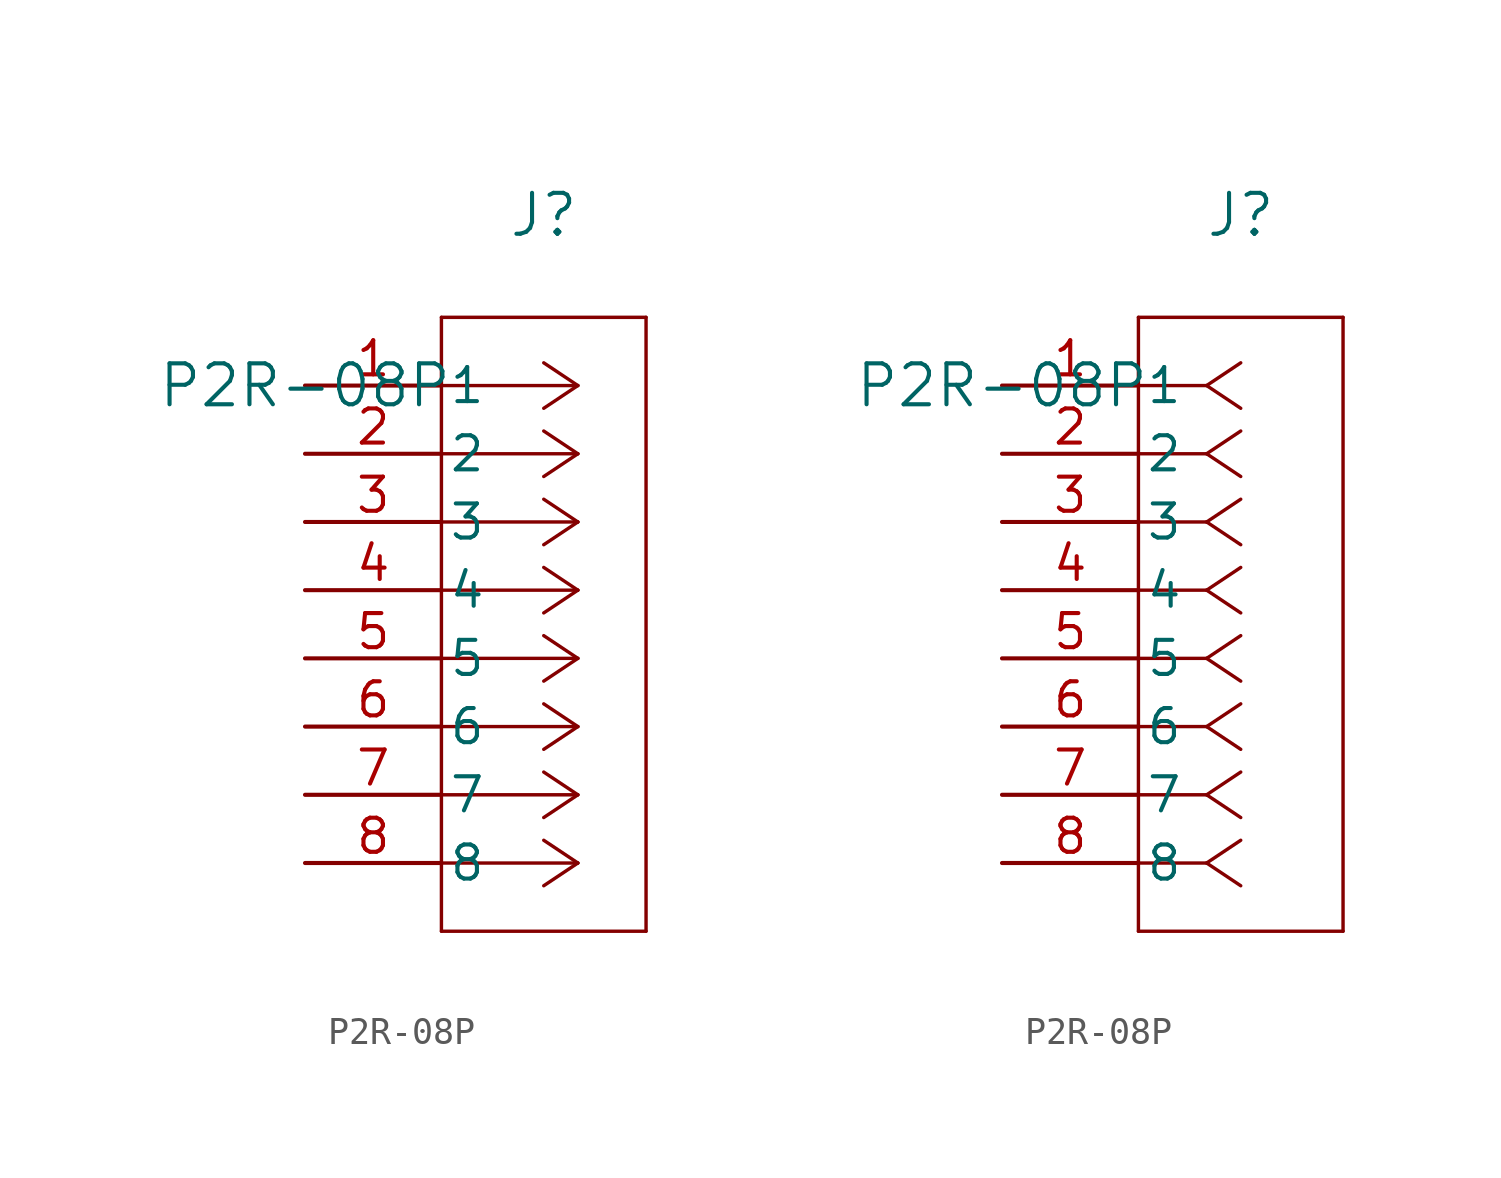
<source format=kicad_sym>
(kicad_symbol_lib
  (version 20211014)
  (generator kicad_symbol_editor)
  (symbol "P2R-08P"
    (pin_names
      (offset 0.254))
    (property "Reference" "J"
      (at 8.89 6.35 0)
      (effects (font (size 1.524 1.524))))
    (property "Value" "P2R-08P"
      (at 0 0 0)
      (effects (font (size 1.524 1.524))))
    (symbol "P2R-08P_1_1"
      (polyline (pts (xy 10.16 0) (xy 5.08 0)) (stroke (width 0.127) (type default) (color 0 0 0 0)) (fill (type none)))
      (polyline (pts (xy 10.16 -2.54) (xy 5.08 -2.54)) (stroke (width 0.127) (type default) (color 0 0 0 0)) (fill (type none)))
      (polyline (pts (xy 10.16 -5.08) (xy 5.08 -5.08)) (stroke (width 0.127) (type default) (color 0 0 0 0)) (fill (type none)))
      (polyline (pts (xy 10.16 -7.62) (xy 5.08 -7.62)) (stroke (width 0.127) (type default) (color 0 0 0 0)) (fill (type none)))
      (polyline (pts (xy 10.16 -10.16) (xy 5.08 -10.16)) (stroke (width 0.127) (type default) (color 0 0 0 0)) (fill (type none)))
      (polyline (pts (xy 10.16 -12.7) (xy 5.08 -12.7)) (stroke (width 0.127) (type default) (color 0 0 0 0)) (fill (type none)))
      (polyline (pts (xy 10.16 -15.24) (xy 5.08 -15.24)) (stroke (width 0.127) (type default) (color 0 0 0 0)) (fill (type none)))
      (polyline (pts (xy 10.16 -17.78) (xy 5.08 -17.78)) (stroke (width 0.127) (type default) (color 0 0 0 0)) (fill (type none)))
      (polyline (pts (xy 10.16 0) (xy 8.89 0.847)) (stroke (width 0.127) (type default) (color 0 0 0 0)) (fill (type none)))
      (polyline (pts (xy 10.16 -2.54) (xy 8.89 -1.693)) (stroke (width 0.127) (type default) (color 0 0 0 0)) (fill (type none)))
      (polyline (pts (xy 10.16 -5.08) (xy 8.89 -4.233)) (stroke (width 0.127) (type default) (color 0 0 0 0)) (fill (type none)))
      (polyline (pts (xy 10.16 -7.62) (xy 8.89 -6.773)) (stroke (width 0.127) (type default) (color 0 0 0 0)) (fill (type none)))
      (polyline (pts (xy 10.16 -10.16) (xy 8.89 -9.313)) (stroke (width 0.127) (type default) (color 0 0 0 0)) (fill (type none)))
      (polyline (pts (xy 10.16 -12.7) (xy 8.89 -11.853)) (stroke (width 0.127) (type default) (color 0 0 0 0)) (fill (type none)))
      (polyline (pts (xy 10.16 -15.24) (xy 8.89 -14.393)) (stroke (width 0.127) (type default) (color 0 0 0 0)) (fill (type none)))
      (polyline (pts (xy 10.16 -17.78) (xy 8.89 -16.933)) (stroke (width 0.127) (type default) (color 0 0 0 0)) (fill (type none)))
      (polyline (pts (xy 10.16 0) (xy 8.89 -0.847)) (stroke (width 0.127) (type default) (color 0 0 0 0)) (fill (type none)))
      (polyline (pts (xy 10.16 -2.54) (xy 8.89 -3.387)) (stroke (width 0.127) (type default) (color 0 0 0 0)) (fill (type none)))
      (polyline (pts (xy 10.16 -5.08) (xy 8.89 -5.927)) (stroke (width 0.127) (type default) (color 0 0 0 0)) (fill (type none)))
      (polyline (pts (xy 10.16 -7.62) (xy 8.89 -8.467)) (stroke (width 0.127) (type default) (color 0 0 0 0)) (fill (type none)))
      (polyline (pts (xy 10.16 -10.16) (xy 8.89 -11.007)) (stroke (width 0.127) (type default) (color 0 0 0 0)) (fill (type none)))
      (polyline (pts (xy 10.16 -12.7) (xy 8.89 -13.547)) (stroke (width 0.127) (type default) (color 0 0 0 0)) (fill (type none)))
      (polyline (pts (xy 10.16 -15.24) (xy 8.89 -16.087)) (stroke (width 0.127) (type default) (color 0 0 0 0)) (fill (type none)))
      (polyline (pts (xy 10.16 -17.78) (xy 8.89 -18.627)) (stroke (width 0.127) (type default) (color 0 0 0 0)) (fill (type none)))
      (polyline (pts (xy 5.08 2.54) (xy 5.08 -20.32)) (stroke (width 0.127) (type default) (color 0 0 0 0)) (fill (type none)))
      (polyline (pts (xy 5.08 -20.32) (xy 12.7 -20.32)) (stroke (width 0.127) (type default) (color 0 0 0 0)) (fill (type none)))
      (polyline (pts (xy 12.7 -20.32) (xy 12.7 2.54)) (stroke (width 0.127) (type default) (color 0 0 0 0)) (fill (type none)))
      (polyline (pts (xy 12.7 2.54) (xy 5.08 2.54)) (stroke (width 0.127) (type default) (color 0 0 0 0)) (fill (type none)))
      (pin unspecified line (at 0 0 0) (length 5.08) (name "1" (effects (font (size 1.27 1.27)))) (number "1" (effects (font (size 1.27 1.27)))))
      (pin unspecified line (at 0 -2.54 0) (length 5.08) (name "2" (effects (font (size 1.27 1.27)))) (number "2" (effects (font (size 1.27 1.27)))))
      (pin unspecified line (at 0 -5.08 0) (length 5.08) (name "3" (effects (font (size 1.27 1.27)))) (number "3" (effects (font (size 1.27 1.27)))))
      (pin unspecified line (at 0 -7.62 0) (length 5.08) (name "4" (effects (font (size 1.27 1.27)))) (number "4" (effects (font (size 1.27 1.27)))))
      (pin unspecified line (at 0 -10.16 0) (length 5.08) (name "5" (effects (font (size 1.27 1.27)))) (number "5" (effects (font (size 1.27 1.27)))))
      (pin unspecified line (at 0 -12.7 0) (length 5.08) (name "6" (effects (font (size 1.27 1.27)))) (number "6" (effects (font (size 1.27 1.27)))))
      (pin unspecified line (at 0 -15.24 0) (length 5.08) (name "7" (effects (font (size 1.27 1.27)))) (number "7" (effects (font (size 1.27 1.27)))))
      (pin unspecified line (at 0 -17.78 0) (length 5.08) (name "8" (effects (font (size 1.27 1.27)))) (number "8" (effects (font (size 1.27 1.27))))))
    (symbol "P2R-08P_1_2"
      (polyline (pts (xy 7.62 0) (xy 5.08 0)) (stroke (width 0.127) (type default) (color 0 0 0 0)) (fill (type none)))
      (polyline (pts (xy 7.62 -2.54) (xy 5.08 -2.54)) (stroke (width 0.127) (type default) (color 0 0 0 0)) (fill (type none)))
      (polyline (pts (xy 7.62 -5.08) (xy 5.08 -5.08)) (stroke (width 0.127) (type default) (color 0 0 0 0)) (fill (type none)))
      (polyline (pts (xy 7.62 -7.62) (xy 5.08 -7.62)) (stroke (width 0.127) (type default) (color 0 0 0 0)) (fill (type none)))
      (polyline (pts (xy 7.62 -10.16) (xy 5.08 -10.16)) (stroke (width 0.127) (type default) (color 0 0 0 0)) (fill (type none)))
      (polyline (pts (xy 7.62 -12.7) (xy 5.08 -12.7)) (stroke (width 0.127) (type default) (color 0 0 0 0)) (fill (type none)))
      (polyline (pts (xy 7.62 -15.24) (xy 5.08 -15.24)) (stroke (width 0.127) (type default) (color 0 0 0 0)) (fill (type none)))
      (polyline (pts (xy 7.62 -17.78) (xy 5.08 -17.78)) (stroke (width 0.127) (type default) (color 0 0 0 0)) (fill (type none)))
      (polyline (pts (xy 7.62 0) (xy 8.89 0.847)) (stroke (width 0.127) (type default) (color 0 0 0 0)) (fill (type none)))
      (polyline (pts (xy 7.62 -2.54) (xy 8.89 -1.693)) (stroke (width 0.127) (type default) (color 0 0 0 0)) (fill (type none)))
      (polyline (pts (xy 7.62 -5.08) (xy 8.89 -4.233)) (stroke (width 0.127) (type default) (color 0 0 0 0)) (fill (type none)))
      (polyline (pts (xy 7.62 -7.62) (xy 8.89 -6.773)) (stroke (width 0.127) (type default) (color 0 0 0 0)) (fill (type none)))
      (polyline (pts (xy 7.62 -10.16) (xy 8.89 -9.313)) (stroke (width 0.127) (type default) (color 0 0 0 0)) (fill (type none)))
      (polyline (pts (xy 7.62 -12.7) (xy 8.89 -11.853)) (stroke (width 0.127) (type default) (color 0 0 0 0)) (fill (type none)))
      (polyline (pts (xy 7.62 -15.24) (xy 8.89 -14.393)) (stroke (width 0.127) (type default) (color 0 0 0 0)) (fill (type none)))
      (polyline (pts (xy 7.62 -17.78) (xy 8.89 -16.933)) (stroke (width 0.127) (type default) (color 0 0 0 0)) (fill (type none)))
      (polyline (pts (xy 7.62 0) (xy 8.89 -0.847)) (stroke (width 0.127) (type default) (color 0 0 0 0)) (fill (type none)))
      (polyline (pts (xy 7.62 -2.54) (xy 8.89 -3.387)) (stroke (width 0.127) (type default) (color 0 0 0 0)) (fill (type none)))
      (polyline (pts (xy 7.62 -5.08) (xy 8.89 -5.927)) (stroke (width 0.127) (type default) (color 0 0 0 0)) (fill (type none)))
      (polyline (pts (xy 7.62 -7.62) (xy 8.89 -8.467)) (stroke (width 0.127) (type default) (color 0 0 0 0)) (fill (type none)))
      (polyline (pts (xy 7.62 -10.16) (xy 8.89 -11.007)) (stroke (width 0.127) (type default) (color 0 0 0 0)) (fill (type none)))
      (polyline (pts (xy 7.62 -12.7) (xy 8.89 -13.547)) (stroke (width 0.127) (type default) (color 0 0 0 0)) (fill (type none)))
      (polyline (pts (xy 7.62 -15.24) (xy 8.89 -16.087)) (stroke (width 0.127) (type default) (color 0 0 0 0)) (fill (type none)))
      (polyline (pts (xy 7.62 -17.78) (xy 8.89 -18.627)) (stroke (width 0.127) (type default) (color 0 0 0 0)) (fill (type none)))
      (polyline (pts (xy 5.08 2.54) (xy 5.08 -20.32)) (stroke (width 0.127) (type default) (color 0 0 0 0)) (fill (type none)))
      (polyline (pts (xy 5.08 -20.32) (xy 12.7 -20.32)) (stroke (width 0.127) (type default) (color 0 0 0 0)) (fill (type none)))
      (polyline (pts (xy 12.7 -20.32) (xy 12.7 2.54)) (stroke (width 0.127) (type default) (color 0 0 0 0)) (fill (type none)))
      (polyline (pts (xy 12.7 2.54) (xy 5.08 2.54)) (stroke (width 0.127) (type default) (color 0 0 0 0)) (fill (type none)))
      (pin unspecified line (at 0 0 0) (length 5.08) (name "1" (effects (font (size 1.27 1.27)))) (number "1" (effects (font (size 1.27 1.27)))))
      (pin unspecified line (at 0 -2.54 0) (length 5.08) (name "2" (effects (font (size 1.27 1.27)))) (number "2" (effects (font (size 1.27 1.27)))))
      (pin unspecified line (at 0 -5.08 0) (length 5.08) (name "3" (effects (font (size 1.27 1.27)))) (number "3" (effects (font (size 1.27 1.27)))))
      (pin unspecified line (at 0 -7.62 0) (length 5.08) (name "4" (effects (font (size 1.27 1.27)))) (number "4" (effects (font (size 1.27 1.27)))))
      (pin unspecified line (at 0 -10.16 0) (length 5.08) (name "5" (effects (font (size 1.27 1.27)))) (number "5" (effects (font (size 1.27 1.27)))))
      (pin unspecified line (at 0 -12.7 0) (length 5.08) (name "6" (effects (font (size 1.27 1.27)))) (number "6" (effects (font (size 1.27 1.27)))))
      (pin unspecified line (at 0 -15.24 0) (length 5.08) (name "7" (effects (font (size 1.27 1.27)))) (number "7" (effects (font (size 1.27 1.27)))))
      (pin unspecified line (at 0 -17.78 0) (length 5.08) (name "8" (effects (font (size 1.27 1.27)))) (number "8" (effects (font (size 1.27 1.27))))))))
</source>
